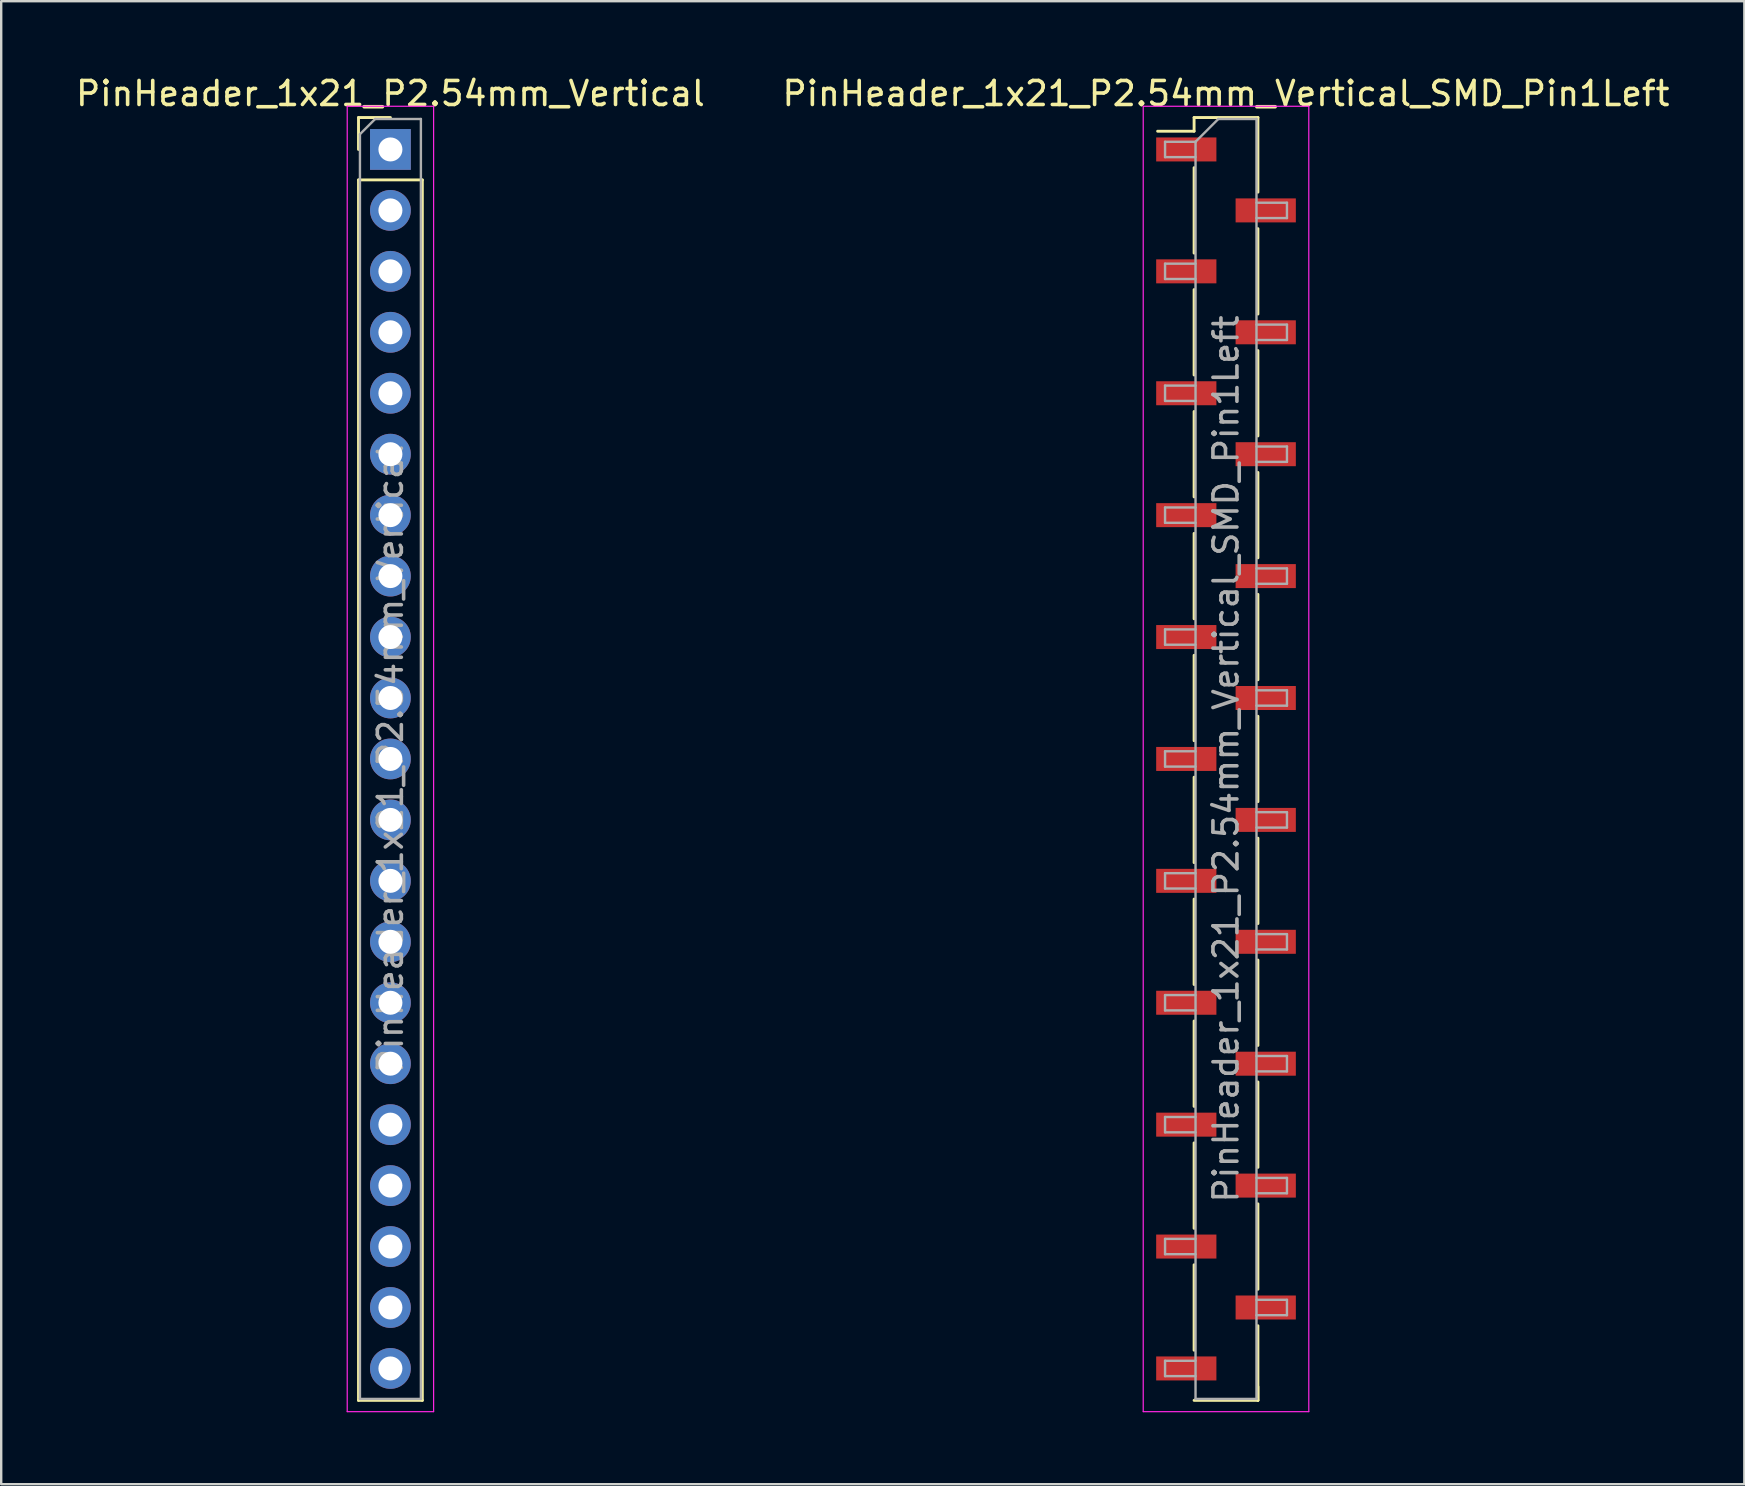
<source format=kicad_pcb>
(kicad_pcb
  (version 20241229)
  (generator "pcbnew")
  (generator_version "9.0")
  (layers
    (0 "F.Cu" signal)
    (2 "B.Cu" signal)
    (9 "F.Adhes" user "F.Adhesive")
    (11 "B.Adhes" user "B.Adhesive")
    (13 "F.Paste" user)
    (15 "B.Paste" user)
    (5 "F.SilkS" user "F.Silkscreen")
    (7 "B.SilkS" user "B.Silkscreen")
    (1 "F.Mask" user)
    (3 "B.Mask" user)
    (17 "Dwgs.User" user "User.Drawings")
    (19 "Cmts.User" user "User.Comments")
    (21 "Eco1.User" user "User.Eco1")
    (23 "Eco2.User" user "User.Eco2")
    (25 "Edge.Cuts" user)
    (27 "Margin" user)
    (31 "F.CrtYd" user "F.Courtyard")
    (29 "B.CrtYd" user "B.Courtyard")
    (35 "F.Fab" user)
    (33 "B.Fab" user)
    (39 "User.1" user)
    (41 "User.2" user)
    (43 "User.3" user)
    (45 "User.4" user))
  (footprint "PinHeader_1x21_P2.54mm_Vertical_SMD_Pin1Left"
    (layer "F.Cu")
    (at 48.042 28.578)
    (property "Reference" "PinHeader_1x21_P2.54mm_Vertical_SMD_Pin1Left" (at 0 -27.73 0) (layer "F.SilkS") (effects (font (size 1 1) (thickness 0.15))))
    (attr smd)
    (fp_line (start -1.33 -26.73) (end -1.33 -26.16) (stroke (width 0.12) (type solid)) (layer "F.SilkS"))
    (fp_line (start -1.33 -26.73) (end 1.33 -26.73) (stroke (width 0.12) (type solid)) (layer "F.SilkS"))
    (fp_line (start -1.33 -26.16) (end -2.85 -26.16) (stroke (width 0.12) (type solid)) (layer "F.SilkS"))
    (fp_line (start -1.33 -24.64) (end -1.33 -21.08) (stroke (width 0.12) (type solid)) (layer "F.SilkS"))
    (fp_line (start -1.33 -19.56) (end -1.33 -16) (stroke (width 0.12) (type solid)) (layer "F.SilkS"))
    (fp_line (start -1.33 -14.48) (end -1.33 -10.92) (stroke (width 0.12) (type solid)) (layer "F.SilkS"))
    (fp_line (start -1.33 -9.4) (end -1.33 -5.84) (stroke (width 0.12) (type solid)) (layer "F.SilkS"))
    (fp_line (start -1.33 -4.32) (end -1.33 -0.76) (stroke (width 0.12) (type solid)) (layer "F.SilkS"))
    (fp_line (start -1.33 0.76) (end -1.33 4.32) (stroke (width 0.12) (type solid)) (layer "F.SilkS"))
    (fp_line (start -1.33 5.84) (end -1.33 9.4) (stroke (width 0.12) (type solid)) (layer "F.SilkS"))
    (fp_line (start -1.33 10.92) (end -1.33 14.48) (stroke (width 0.12) (type solid)) (layer "F.SilkS"))
    (fp_line (start -1.33 16) (end -1.33 19.56) (stroke (width 0.12) (type solid)) (layer "F.SilkS"))
    (fp_line (start -1.33 21.08) (end -1.33 24.64) (stroke (width 0.12) (type solid)) (layer "F.SilkS"))
    (fp_line (start -1.33 26.73) (end 1.33 26.73) (stroke (width 0.12) (type solid)) (layer "F.SilkS"))
    (fp_line (start 1.33 -26.73) (end 1.33 -23.62) (stroke (width 0.12) (type solid)) (layer "F.SilkS"))
    (fp_line (start 1.33 -22.1) (end 1.33 -18.54) (stroke (width 0.12) (type solid)) (layer "F.SilkS"))
    (fp_line (start 1.33 -17.02) (end 1.33 -13.46) (stroke (width 0.12) (type solid)) (layer "F.SilkS"))
    (fp_line (start 1.33 -11.94) (end 1.33 -8.38) (stroke (width 0.12) (type solid)) (layer "F.SilkS"))
    (fp_line (start 1.33 -6.86) (end 1.33 -3.3) (stroke (width 0.12) (type solid)) (layer "F.SilkS"))
    (fp_line (start 1.33 -1.78) (end 1.33 1.78) (stroke (width 0.12) (type solid)) (layer "F.SilkS"))
    (fp_line (start 1.33 3.3) (end 1.33 6.86) (stroke (width 0.12) (type solid)) (layer "F.SilkS"))
    (fp_line (start 1.33 8.38) (end 1.33 11.94) (stroke (width 0.12) (type solid)) (layer "F.SilkS"))
    (fp_line (start 1.33 13.46) (end 1.33 17.02) (stroke (width 0.12) (type solid)) (layer "F.SilkS"))
    (fp_line (start 1.33 18.54) (end 1.33 22.1) (stroke (width 0.12) (type solid)) (layer "F.SilkS"))
    (fp_line (start 1.33 23.62) (end 1.33 26.73) (stroke (width 0.12) (type solid)) (layer "F.SilkS"))
    (fp_line (start 1.33 26.16) (end 1.33 26.73) (stroke (width 0.12) (type solid)) (layer "F.SilkS"))
    (fp_line (start -3.45 -27.2) (end -3.45 27.2) (stroke (width 0.05) (type solid)) (layer "F.CrtYd"))
    (fp_line (start -3.45 27.2) (end 3.45 27.2) (stroke (width 0.05) (type solid)) (layer "F.CrtYd"))
    (fp_line (start 3.45 -27.2) (end -3.45 -27.2) (stroke (width 0.05) (type solid)) (layer "F.CrtYd"))
    (fp_line (start 3.45 27.2) (end 3.45 -27.2) (stroke (width 0.05) (type solid)) (layer "F.CrtYd"))
    (fp_line (start -2.54 -25.72) (end -2.54 -25.08) (stroke (width 0.1) (type solid)) (layer "F.Fab"))
    (fp_line (start -2.54 -25.08) (end -1.27 -25.08) (stroke (width 0.1) (type solid)) (layer "F.Fab"))
    (fp_line (start -2.54 -20.64) (end -2.54 -20) (stroke (width 0.1) (type solid)) (layer "F.Fab"))
    (fp_line (start -2.54 -20) (end -1.27 -20) (stroke (width 0.1) (type solid)) (layer "F.Fab"))
    (fp_line (start -2.54 -15.56) (end -2.54 -14.92) (stroke (width 0.1) (type solid)) (layer "F.Fab"))
    (fp_line (start -2.54 -14.92) (end -1.27 -14.92) (stroke (width 0.1) (type solid)) (layer "F.Fab"))
    (fp_line (start -2.54 -10.48) (end -2.54 -9.84) (stroke (width 0.1) (type solid)) (layer "F.Fab"))
    (fp_line (start -2.54 -9.84) (end -1.27 -9.84) (stroke (width 0.1) (type solid)) (layer "F.Fab"))
    (fp_line (start -2.54 -5.4) (end -2.54 -4.76) (stroke (width 0.1) (type solid)) (layer "F.Fab"))
    (fp_line (start -2.54 -4.76) (end -1.27 -4.76) (stroke (width 0.1) (type solid)) (layer "F.Fab"))
    (fp_line (start -2.54 -0.32) (end -2.54 0.32) (stroke (width 0.1) (type solid)) (layer "F.Fab"))
    (fp_line (start -2.54 0.32) (end -1.27 0.32) (stroke (width 0.1) (type solid)) (layer "F.Fab"))
    (fp_line (start -2.54 4.76) (end -2.54 5.4) (stroke (width 0.1) (type solid)) (layer "F.Fab"))
    (fp_line (start -2.54 5.4) (end -1.27 5.4) (stroke (width 0.1) (type solid)) (layer "F.Fab"))
    (fp_line (start -2.54 9.84) (end -2.54 10.48) (stroke (width 0.1) (type solid)) (layer "F.Fab"))
    (fp_line (start -2.54 10.48) (end -1.27 10.48) (stroke (width 0.1) (type solid)) (layer "F.Fab"))
    (fp_line (start -2.54 14.92) (end -2.54 15.56) (stroke (width 0.1) (type solid)) (layer "F.Fab"))
    (fp_line (start -2.54 15.56) (end -1.27 15.56) (stroke (width 0.1) (type solid)) (layer "F.Fab"))
    (fp_line (start -2.54 20) (end -2.54 20.64) (stroke (width 0.1) (type solid)) (layer "F.Fab"))
    (fp_line (start -2.54 20.64) (end -1.27 20.64) (stroke (width 0.1) (type solid)) (layer "F.Fab"))
    (fp_line (start -2.54 25.08) (end -2.54 25.72) (stroke (width 0.1) (type solid)) (layer "F.Fab"))
    (fp_line (start -2.54 25.72) (end -1.27 25.72) (stroke (width 0.1) (type solid)) (layer "F.Fab"))
    (fp_line (start -1.27 -25.72) (end -2.54 -25.72) (stroke (width 0.1) (type solid)) (layer "F.Fab"))
    (fp_line (start -1.27 -25.72) (end -0.32 -26.67) (stroke (width 0.1) (type solid)) (layer "F.Fab"))
    (fp_line (start -1.27 -20.64) (end -2.54 -20.64) (stroke (width 0.1) (type solid)) (layer "F.Fab"))
    (fp_line (start -1.27 -15.56) (end -2.54 -15.56) (stroke (width 0.1) (type solid)) (layer "F.Fab"))
    (fp_line (start -1.27 -10.48) (end -2.54 -10.48) (stroke (width 0.1) (type solid)) (layer "F.Fab"))
    (fp_line (start -1.27 -5.4) (end -2.54 -5.4) (stroke (width 0.1) (type solid)) (layer "F.Fab"))
    (fp_line (start -1.27 -0.32) (end -2.54 -0.32) (stroke (width 0.1) (type solid)) (layer "F.Fab"))
    (fp_line (start -1.27 4.76) (end -2.54 4.76) (stroke (width 0.1) (type solid)) (layer "F.Fab"))
    (fp_line (start -1.27 9.84) (end -2.54 9.84) (stroke (width 0.1) (type solid)) (layer "F.Fab"))
    (fp_line (start -1.27 14.92) (end -2.54 14.92) (stroke (width 0.1) (type solid)) (layer "F.Fab"))
    (fp_line (start -1.27 20) (end -2.54 20) (stroke (width 0.1) (type solid)) (layer "F.Fab"))
    (fp_line (start -1.27 25.08) (end -2.54 25.08) (stroke (width 0.1) (type solid)) (layer "F.Fab"))
    (fp_line (start -1.27 26.67) (end -1.27 -25.72) (stroke (width 0.1) (type solid)) (layer "F.Fab"))
    (fp_line (start -0.32 -26.67) (end 1.27 -26.67) (stroke (width 0.1) (type solid)) (layer "F.Fab"))
    (fp_line (start 1.27 -26.67) (end 1.27 26.67) (stroke (width 0.1) (type solid)) (layer "F.Fab"))
    (fp_line (start 1.27 -23.18) (end 2.54 -23.18) (stroke (width 0.1) (type solid)) (layer "F.Fab"))
    (fp_line (start 1.27 -18.1) (end 2.54 -18.1) (stroke (width 0.1) (type solid)) (layer "F.Fab"))
    (fp_line (start 1.27 -13.02) (end 2.54 -13.02) (stroke (width 0.1) (type solid)) (layer "F.Fab"))
    (fp_line (start 1.27 -7.94) (end 2.54 -7.94) (stroke (width 0.1) (type solid)) (layer "F.Fab"))
    (fp_line (start 1.27 -2.86) (end 2.54 -2.86) (stroke (width 0.1) (type solid)) (layer "F.Fab"))
    (fp_line (start 1.27 2.22) (end 2.54 2.22) (stroke (width 0.1) (type solid)) (layer "F.Fab"))
    (fp_line (start 1.27 7.3) (end 2.54 7.3) (stroke (width 0.1) (type solid)) (layer "F.Fab"))
    (fp_line (start 1.27 12.38) (end 2.54 12.38) (stroke (width 0.1) (type solid)) (layer "F.Fab"))
    (fp_line (start 1.27 17.46) (end 2.54 17.46) (stroke (width 0.1) (type solid)) (layer "F.Fab"))
    (fp_line (start 1.27 22.54) (end 2.54 22.54) (stroke (width 0.1) (type solid)) (layer "F.Fab"))
    (fp_line (start 1.27 26.67) (end -1.27 26.67) (stroke (width 0.1) (type solid)) (layer "F.Fab"))
    (fp_line (start 2.54 -23.18) (end 2.54 -22.54) (stroke (width 0.1) (type solid)) (layer "F.Fab"))
    (fp_line (start 2.54 -22.54) (end 1.27 -22.54) (stroke (width 0.1) (type solid)) (layer "F.Fab"))
    (fp_line (start 2.54 -18.1) (end 2.54 -17.46) (stroke (width 0.1) (type solid)) (layer "F.Fab"))
    (fp_line (start 2.54 -17.46) (end 1.27 -17.46) (stroke (width 0.1) (type solid)) (layer "F.Fab"))
    (fp_line (start 2.54 -13.02) (end 2.54 -12.38) (stroke (width 0.1) (type solid)) (layer "F.Fab"))
    (fp_line (start 2.54 -12.38) (end 1.27 -12.38) (stroke (width 0.1) (type solid)) (layer "F.Fab"))
    (fp_line (start 2.54 -7.94) (end 2.54 -7.3) (stroke (width 0.1) (type solid)) (layer "F.Fab"))
    (fp_line (start 2.54 -7.3) (end 1.27 -7.3) (stroke (width 0.1) (type solid)) (layer "F.Fab"))
    (fp_line (start 2.54 -2.86) (end 2.54 -2.22) (stroke (width 0.1) (type solid)) (layer "F.Fab"))
    (fp_line (start 2.54 -2.22) (end 1.27 -2.22) (stroke (width 0.1) (type solid)) (layer "F.Fab"))
    (fp_line (start 2.54 2.22) (end 2.54 2.86) (stroke (width 0.1) (type solid)) (layer "F.Fab"))
    (fp_line (start 2.54 2.86) (end 1.27 2.86) (stroke (width 0.1) (type solid)) (layer "F.Fab"))
    (fp_line (start 2.54 7.3) (end 2.54 7.94) (stroke (width 0.1) (type solid)) (layer "F.Fab"))
    (fp_line (start 2.54 7.94) (end 1.27 7.94) (stroke (width 0.1) (type solid)) (layer "F.Fab"))
    (fp_line (start 2.54 12.38) (end 2.54 13.02) (stroke (width 0.1) (type solid)) (layer "F.Fab"))
    (fp_line (start 2.54 13.02) (end 1.27 13.02) (stroke (width 0.1) (type solid)) (layer "F.Fab"))
    (fp_line (start 2.54 17.46) (end 2.54 18.1) (stroke (width 0.1) (type solid)) (layer "F.Fab"))
    (fp_line (start 2.54 18.1) (end 1.27 18.1) (stroke (width 0.1) (type solid)) (layer "F.Fab"))
    (fp_line (start 2.54 22.54) (end 2.54 23.18) (stroke (width 0.1) (type solid)) (layer "F.Fab"))
    (fp_line (start 2.54 23.18) (end 1.27 23.18) (stroke (width 0.1) (type solid)) (layer "F.Fab"))
    (fp_text user "${REFERENCE}" (at 0 0 90) (layer "F.Fab") (effects (font (size 1 1) (thickness 0.15))))
    (pad "1" smd rect (at -1.655 -25.4) (size 2.51 1) (layers "F.Cu" "F.Mask" "F.Paste"))
    (pad "2" smd rect (at 1.655 -22.86) (size 2.51 1) (layers "F.Cu" "F.Mask" "F.Paste"))
    (pad "3" smd rect (at -1.655 -20.32) (size 2.51 1) (layers "F.Cu" "F.Mask" "F.Paste"))
    (pad "4" smd rect (at 1.655 -17.78) (size 2.51 1) (layers "F.Cu" "F.Mask" "F.Paste"))
    (pad "5" smd rect (at -1.655 -15.24) (size 2.51 1) (layers "F.Cu" "F.Mask" "F.Paste"))
    (pad "6" smd rect (at 1.655 -12.7) (size 2.51 1) (layers "F.Cu" "F.Mask" "F.Paste"))
    (pad "7" smd rect (at -1.655 -10.16) (size 2.51 1) (layers "F.Cu" "F.Mask" "F.Paste"))
    (pad "8" smd rect (at 1.655 -7.62) (size 2.51 1) (layers "F.Cu" "F.Mask" "F.Paste"))
    (pad "9" smd rect (at -1.655 -5.08) (size 2.51 1) (layers "F.Cu" "F.Mask" "F.Paste"))
    (pad "10" smd rect (at 1.655 -2.54) (size 2.51 1) (layers "F.Cu" "F.Mask" "F.Paste"))
    (pad "11" smd rect (at -1.655 0) (size 2.51 1) (layers "F.Cu" "F.Mask" "F.Paste"))
    (pad "12" smd rect (at 1.655 2.54) (size 2.51 1) (layers "F.Cu" "F.Mask" "F.Paste"))
    (pad "13" smd rect (at -1.655 5.08) (size 2.51 1) (layers "F.Cu" "F.Mask" "F.Paste"))
    (pad "14" smd rect (at 1.655 7.62) (size 2.51 1) (layers "F.Cu" "F.Mask" "F.Paste"))
    (pad "15" smd rect (at -1.655 10.16) (size 2.51 1) (layers "F.Cu" "F.Mask" "F.Paste"))
    (pad "16" smd rect (at 1.655 12.7) (size 2.51 1) (layers "F.Cu" "F.Mask" "F.Paste"))
    (pad "17" smd rect (at -1.655 15.24) (size 2.51 1) (layers "F.Cu" "F.Mask" "F.Paste"))
    (pad "18" smd rect (at 1.655 17.78) (size 2.51 1) (layers "F.Cu" "F.Mask" "F.Paste"))
    (pad "19" smd rect (at -1.655 20.32) (size 2.51 1) (layers "F.Cu" "F.Mask" "F.Paste"))
    (pad "20" smd rect (at 1.655 22.86) (size 2.51 1) (layers "F.Cu" "F.Mask" "F.Paste"))
    (pad "21" smd rect (at -1.655 25.4) (size 2.51 1) (layers "F.Cu" "F.Mask" "F.Paste")))
  (footprint "PinHeader_1x21_P2.54mm_Vertical"
    (layer "F.Cu")
    (at 13.22 3.178)
    (property "Reference" "PinHeader_1x21_P2.54mm_Vertical" (at 0 -2.33 0) (layer "F.SilkS") (effects (font (size 1 1) (thickness 0.15))))
    (attr through_hole)
    (fp_line (start -1.33 -1.33) (end 0 -1.33) (stroke (width 0.12) (type solid)) (layer "F.SilkS"))
    (fp_line (start -1.33 0) (end -1.33 -1.33) (stroke (width 0.12) (type solid)) (layer "F.SilkS"))
    (fp_line (start -1.33 1.27) (end -1.33 52.13) (stroke (width 0.12) (type solid)) (layer "F.SilkS"))
    (fp_line (start -1.33 1.27) (end 1.33 1.27) (stroke (width 0.12) (type solid)) (layer "F.SilkS"))
    (fp_line (start -1.33 52.13) (end 1.33 52.13) (stroke (width 0.12) (type solid)) (layer "F.SilkS"))
    (fp_line (start 1.33 1.27) (end 1.33 52.13) (stroke (width 0.12) (type solid)) (layer "F.SilkS"))
    (fp_line (start -1.8 -1.8) (end -1.8 52.6) (stroke (width 0.05) (type solid)) (layer "F.CrtYd"))
    (fp_line (start -1.8 52.6) (end 1.8 52.6) (stroke (width 0.05) (type solid)) (layer "F.CrtYd"))
    (fp_line (start 1.8 -1.8) (end -1.8 -1.8) (stroke (width 0.05) (type solid)) (layer "F.CrtYd"))
    (fp_line (start 1.8 52.6) (end 1.8 -1.8) (stroke (width 0.05) (type solid)) (layer "F.CrtYd"))
    (fp_line (start -1.27 -0.635) (end -0.635 -1.27) (stroke (width 0.1) (type solid)) (layer "F.Fab"))
    (fp_line (start -1.27 52.07) (end -1.27 -0.635) (stroke (width 0.1) (type solid)) (layer "F.Fab"))
    (fp_line (start -0.635 -1.27) (end 1.27 -1.27) (stroke (width 0.1) (type solid)) (layer "F.Fab"))
    (fp_line (start 1.27 -1.27) (end 1.27 52.07) (stroke (width 0.1) (type solid)) (layer "F.Fab"))
    (fp_line (start 1.27 52.07) (end -1.27 52.07) (stroke (width 0.1) (type solid)) (layer "F.Fab"))
    (fp_text user "${REFERENCE}" (at 0 25.4 90) (layer "F.Fab") (effects (font (size 1 1) (thickness 0.15))))
    (pad "1" thru_hole rect (at 0 0) (size 1.7 1.7) (drill 1) (layers "*.Cu" "*.Mask"))
    (pad "2" thru_hole oval (at 0 2.54) (size 1.7 1.7) (drill 1) (layers "*.Cu" "*.Mask"))
    (pad "3" thru_hole oval (at 0 5.08) (size 1.7 1.7) (drill 1) (layers "*.Cu" "*.Mask"))
    (pad "4" thru_hole oval (at 0 7.62) (size 1.7 1.7) (drill 1) (layers "*.Cu" "*.Mask"))
    (pad "5" thru_hole oval (at 0 10.16) (size 1.7 1.7) (drill 1) (layers "*.Cu" "*.Mask"))
    (pad "6" thru_hole oval (at 0 12.7) (size 1.7 1.7) (drill 1) (layers "*.Cu" "*.Mask"))
    (pad "7" thru_hole oval (at 0 15.24) (size 1.7 1.7) (drill 1) (layers "*.Cu" "*.Mask"))
    (pad "8" thru_hole oval (at 0 17.78) (size 1.7 1.7) (drill 1) (layers "*.Cu" "*.Mask"))
    (pad "9" thru_hole oval (at 0 20.32) (size 1.7 1.7) (drill 1) (layers "*.Cu" "*.Mask"))
    (pad "10" thru_hole oval (at 0 22.86) (size 1.7 1.7) (drill 1) (layers "*.Cu" "*.Mask"))
    (pad "11" thru_hole oval (at 0 25.4) (size 1.7 1.7) (drill 1) (layers "*.Cu" "*.Mask"))
    (pad "12" thru_hole oval (at 0 27.94) (size 1.7 1.7) (drill 1) (layers "*.Cu" "*.Mask"))
    (pad "13" thru_hole oval (at 0 30.48) (size 1.7 1.7) (drill 1) (layers "*.Cu" "*.Mask"))
    (pad "14" thru_hole oval (at 0 33.02) (size 1.7 1.7) (drill 1) (layers "*.Cu" "*.Mask"))
    (pad "15" thru_hole oval (at 0 35.56) (size 1.7 1.7) (drill 1) (layers "*.Cu" "*.Mask"))
    (pad "16" thru_hole oval (at 0 38.1) (size 1.7 1.7) (drill 1) (layers "*.Cu" "*.Mask"))
    (pad "17" thru_hole oval (at 0 40.64) (size 1.7 1.7) (drill 1) (layers "*.Cu" "*.Mask"))
    (pad "18" thru_hole oval (at 0 43.18) (size 1.7 1.7) (drill 1) (layers "*.Cu" "*.Mask"))
    (pad "19" thru_hole oval (at 0 45.72) (size 1.7 1.7) (drill 1) (layers "*.Cu" "*.Mask"))
    (pad "20" thru_hole oval (at 0 48.26) (size 1.7 1.7) (drill 1) (layers "*.Cu" "*.Mask"))
    (pad "21" thru_hole oval (at 0 50.8) (size 1.7 1.7) (drill 1) (layers "*.Cu" "*.Mask")))
  (gr_rect
    (start -3 -3)
    (end 69.643 58.803)
    (stroke (width 0.1) (type default))
    (fill no)
    (layer "Edge.Cuts")))
</source>
